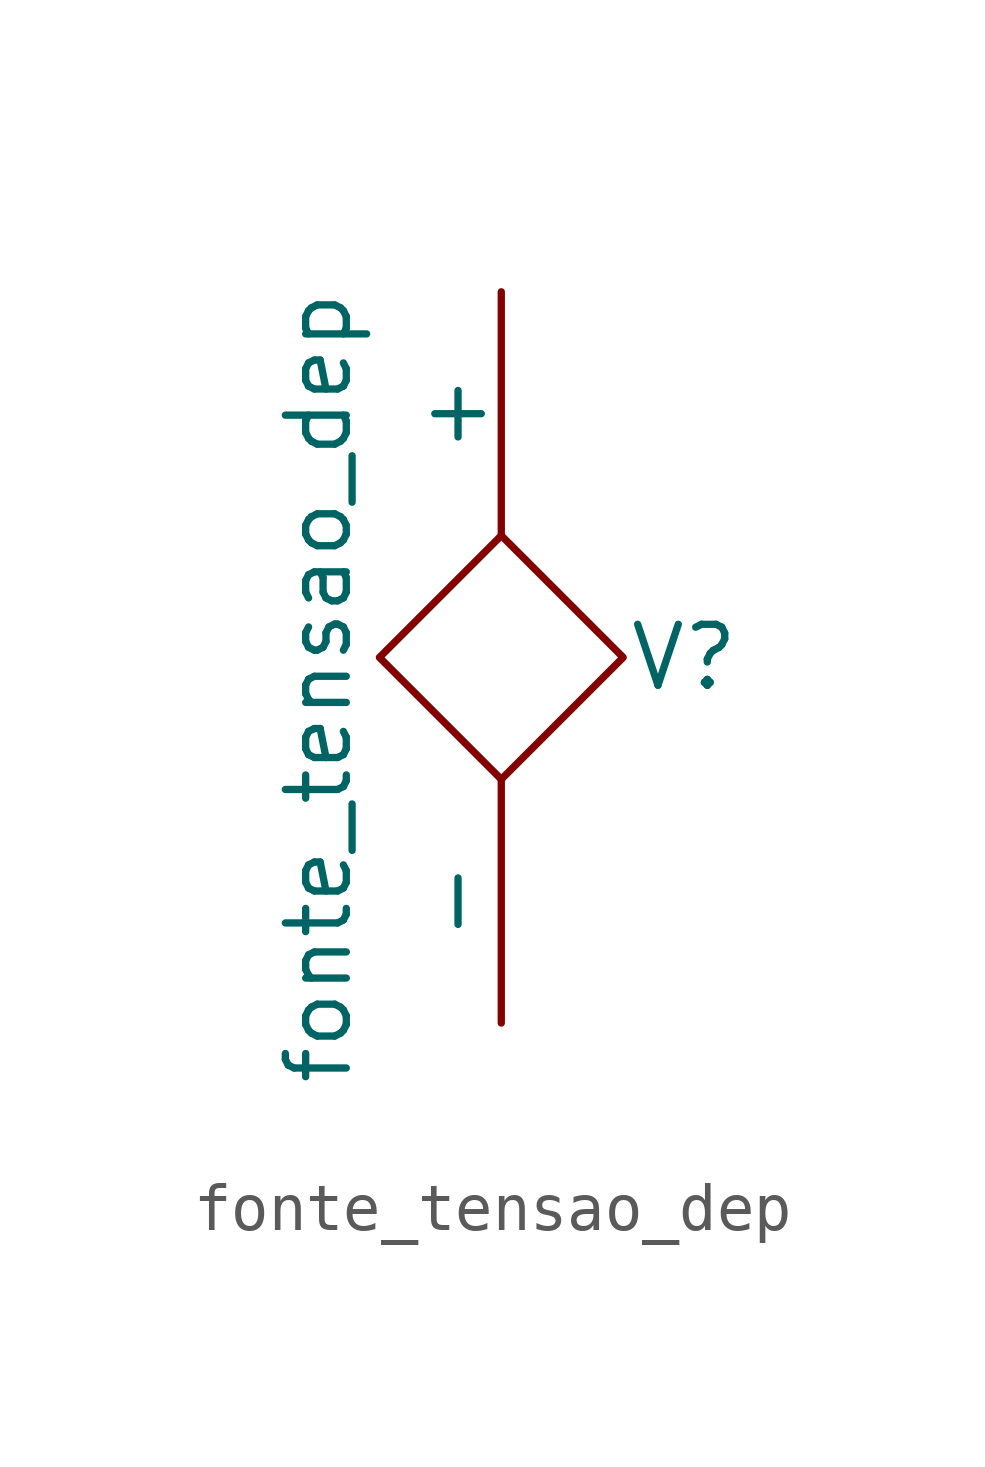
<source format=kicad_sym>
(kicad_symbol_lib
  (version 20211014)
  (generator kicad_symbol_editor)
  (symbol "fonte_tensao_dep"
    (pin_numbers hide)
    (pin_names
      (offset 0))
    (property "Reference" "V"
      (at 3.81 0 0)
      (effects (font (size 1.27 1.27))))
    (property "Value" "fonte_tensao_dep"
      (at -3.81 -0.635 90)
      (effects (font (size 1.27 1.27))))
    (symbol "fonte_tensao_dep_0_1"
      (polyline (pts (xy 0 2.54) (xy -2.54 0) (xy 0 -2.54) (xy 2.54 0) (xy 0 2.54)) (stroke (width 0) (type default) (color 0 0 0 0)) (fill (type none))))
    (symbol "fonte_tensao_dep_1_1"
      (pin passive line (at 0 7.62 270) (length 5.08) (name "+" (effects (font (size 1.27 1.27)))) (number "1" (effects (font (size 1.27 1.27)))))
      (pin passive line (at 0 -7.62 90) (length 5.08) (name "-" (effects (font (size 1.27 1.27)))) (number "2" (effects (font (size 1.27 1.27))))))))
</source>
